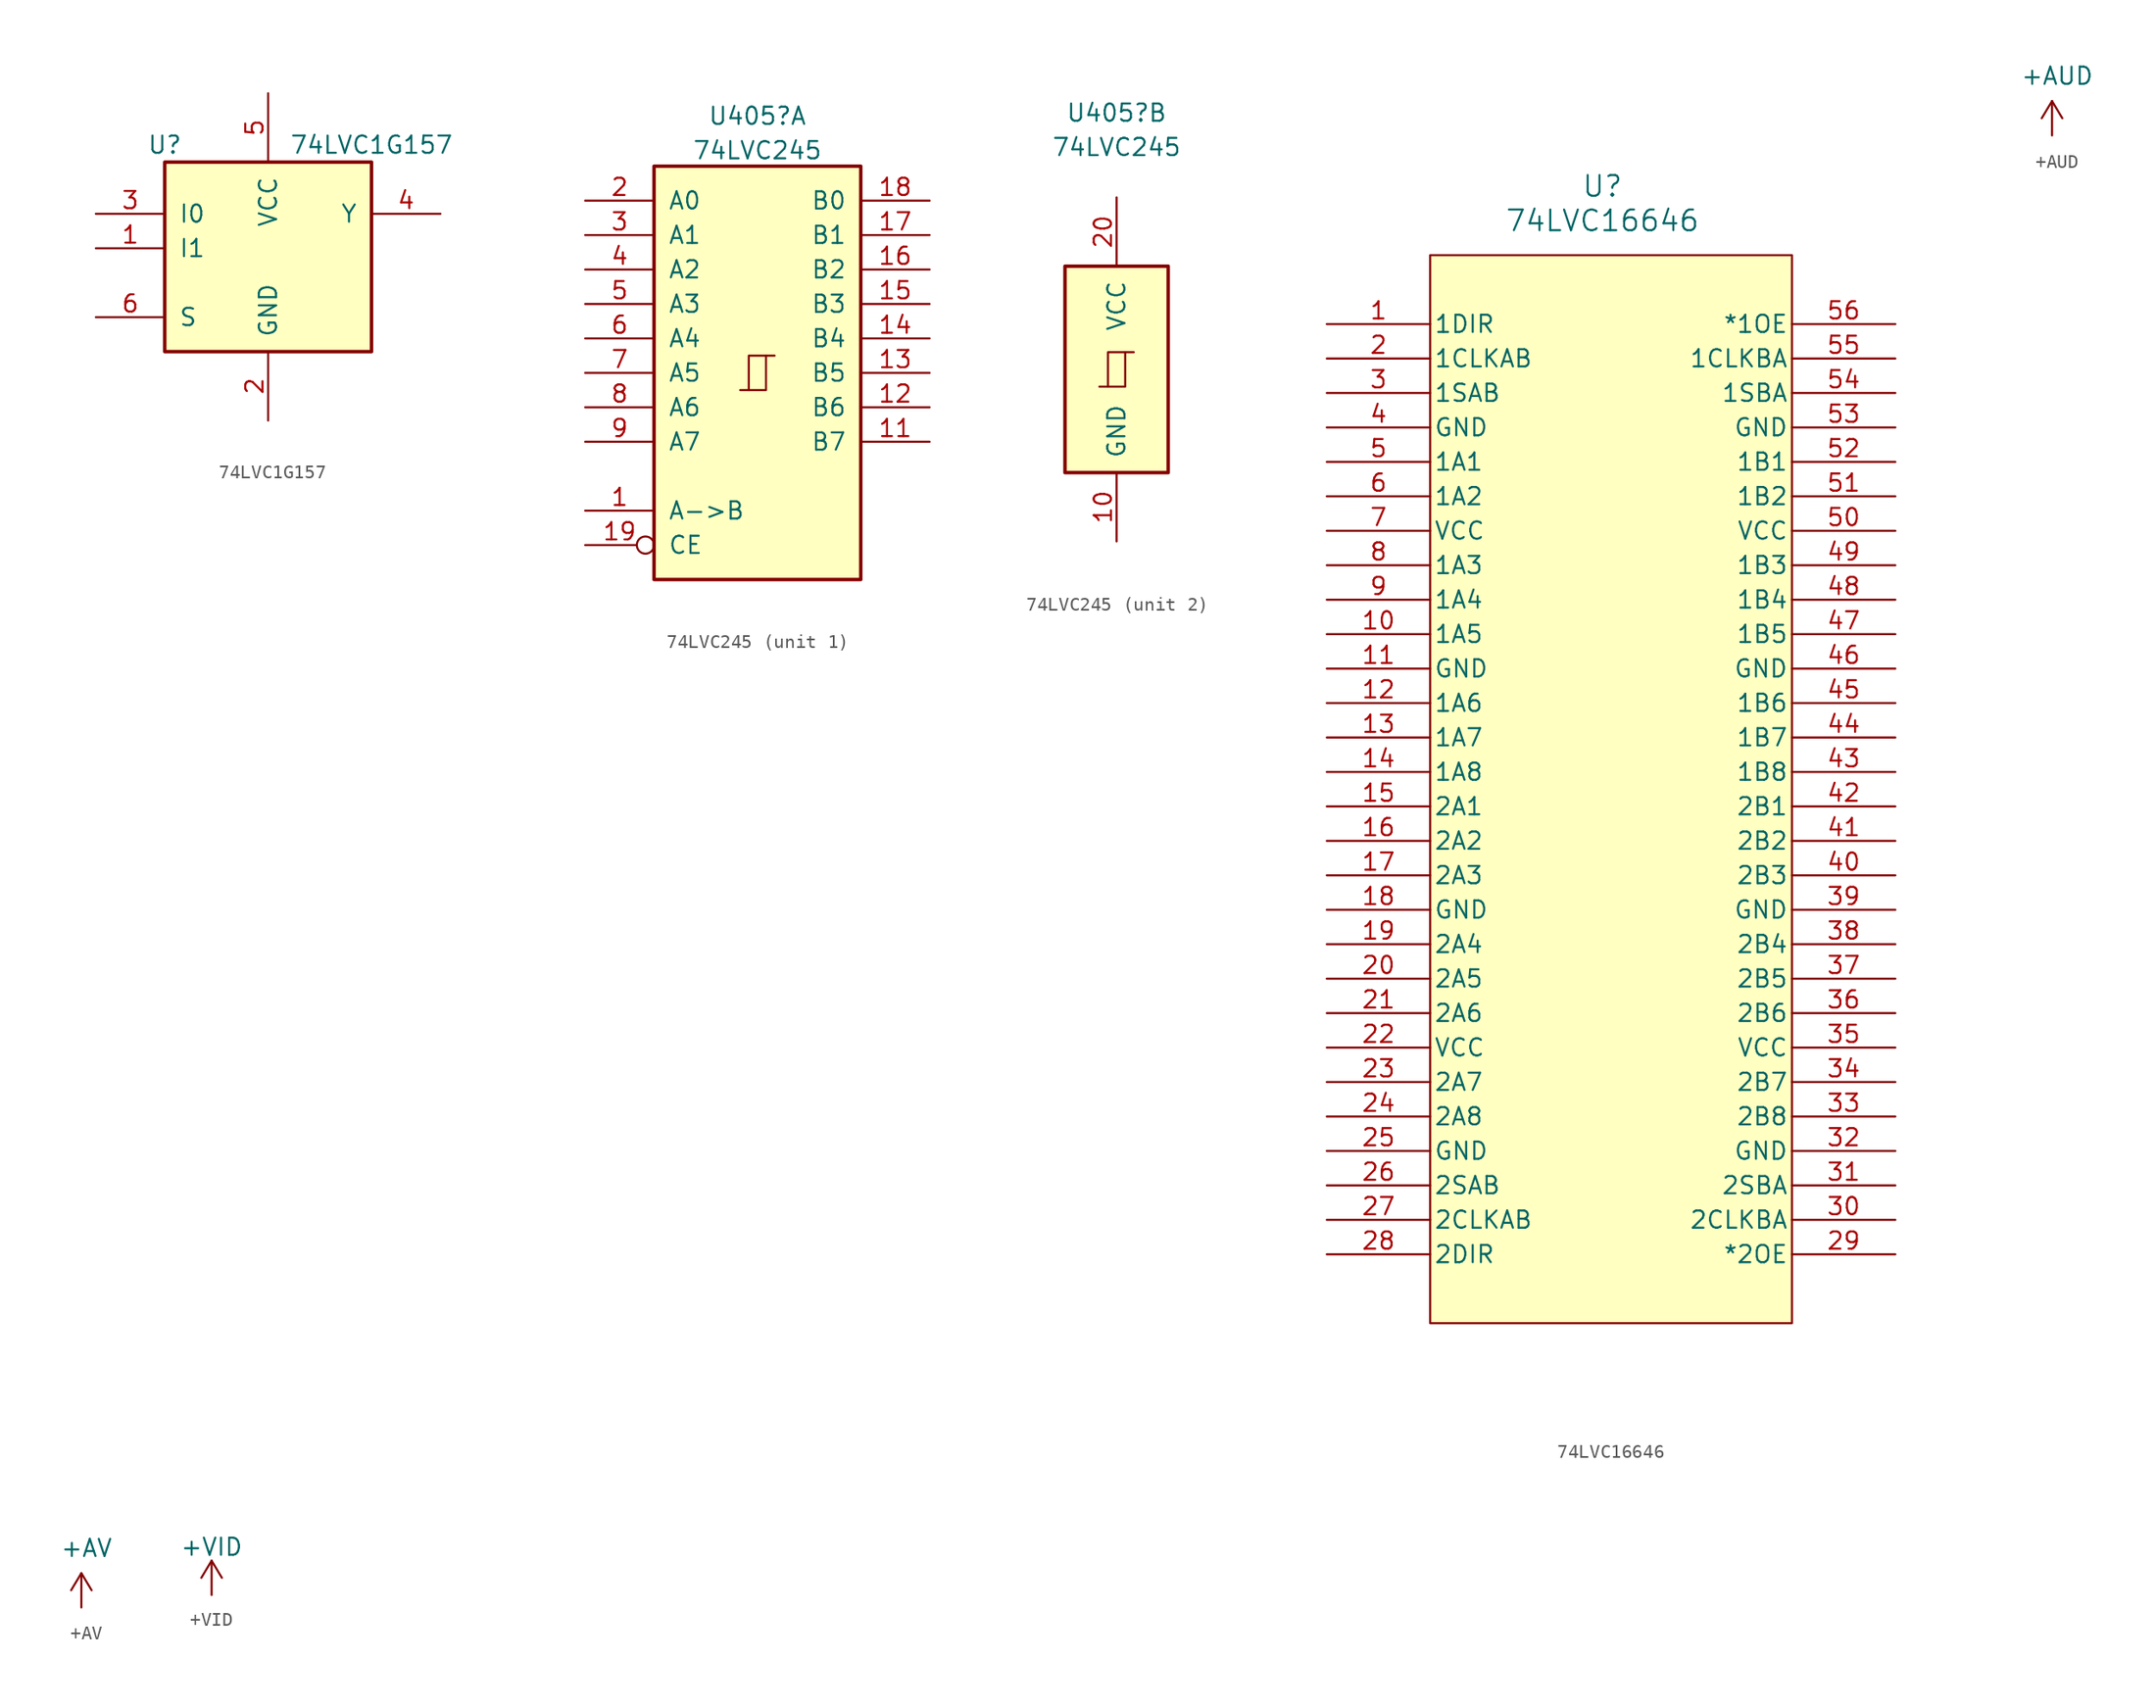
<source format=kicad_sym>
(kicad_symbol_lib
  (version 20231120)
  (generator "kicad_symbol_editor")
  (generator_version "8.0")
  (symbol "74LVC1G157"
    (pin_names
      (offset 1.016))
    (property "Reference" "U"
      (at -7.62 8.89 0)
      (effects (font (size 1.27 1.27))))
    (property "Value" "74LVC1G157"
      (at 7.62 8.89 0)
      (effects (font (size 1.27 1.27))))
    (symbol "74LVC1G157_1_0"
      (pin input line (at -12.7 1.27 0) (length 5.08) (name "I1" (effects (font (size 1.27 1.27)))) (number "1" (effects (font (size 1.27 1.27)))))
      (pin power_in line (at 0 -11.43 90) (length 5.08) (name "GND" (effects (font (size 1.27 1.27)))) (number "2" (effects (font (size 1.27 1.27)))))
      (pin input line (at -12.7 3.81 0) (length 5.08) (name "I0" (effects (font (size 1.27 1.27)))) (number "3" (effects (font (size 1.27 1.27)))))
      (pin output line (at 12.7 3.81 180) (length 5.08) (name "Y" (effects (font (size 1.27 1.27)))) (number "4" (effects (font (size 1.27 1.27)))))
      (pin power_in line (at 0 12.7 270) (length 5.08) (name "VCC" (effects (font (size 1.27 1.27)))) (number "5" (effects (font (size 1.27 1.27)))))
      (pin input line (at -12.7 -3.81 0) (length 5.08) (name "S" (effects (font (size 1.27 1.27)))) (number "6" (effects (font (size 1.27 1.27))))))
    (symbol "74LVC1G157_1_1"
      (rectangle (start -7.62 7.62) (end 7.62 -6.35) (stroke (width 0.254) (type default)) (fill (type background)))))
  (symbol "74LVC245"
    (pin_names
      (offset 1.016))
    (property "Reference" "U405"
      (at 0 18.94 0)
      (effects (font (size 1.27 1.27))))
    (property "Value" "74LVC245"
      (at 0 16.403 0)
      (effects (font (size 1.27 1.27))))
    (property "ki_locked" ""
      (at 0 0 0)
      (effects (font (size 1.27 1.27))))
    (symbol "74LVC245_1_0"
      (polyline (pts (xy -0.635 -1.27) (xy -0.635 1.27) (xy 0.635 1.27)) (stroke (width 0) (type default)) (fill (type none)))
      (polyline (pts (xy -1.27 -1.27) (xy 0.635 -1.27) (xy 0.635 1.27) (xy 1.27 1.27)) (stroke (width 0) (type default)) (fill (type none)))
      (pin input line (at -12.7 -10.16 0) (length 5.08) (name "A->B" (effects (font (size 1.27 1.27)))) (number "1" (effects (font (size 1.27 1.27)))))
      (pin tri_state line (at 12.7 -5.08 180) (length 5.08) (name "B7" (effects (font (size 1.27 1.27)))) (number "11" (effects (font (size 1.27 1.27)))))
      (pin tri_state line (at 12.7 -2.54 180) (length 5.08) (name "B6" (effects (font (size 1.27 1.27)))) (number "12" (effects (font (size 1.27 1.27)))))
      (pin tri_state line (at 12.7 0 180) (length 5.08) (name "B5" (effects (font (size 1.27 1.27)))) (number "13" (effects (font (size 1.27 1.27)))))
      (pin tri_state line (at 12.7 2.54 180) (length 5.08) (name "B4" (effects (font (size 1.27 1.27)))) (number "14" (effects (font (size 1.27 1.27)))))
      (pin tri_state line (at 12.7 5.08 180) (length 5.08) (name "B3" (effects (font (size 1.27 1.27)))) (number "15" (effects (font (size 1.27 1.27)))))
      (pin tri_state line (at 12.7 7.62 180) (length 5.08) (name "B2" (effects (font (size 1.27 1.27)))) (number "16" (effects (font (size 1.27 1.27)))))
      (pin tri_state line (at 12.7 10.16 180) (length 5.08) (name "B1" (effects (font (size 1.27 1.27)))) (number "17" (effects (font (size 1.27 1.27)))))
      (pin tri_state line (at 12.7 12.7 180) (length 5.08) (name "B0" (effects (font (size 1.27 1.27)))) (number "18" (effects (font (size 1.27 1.27)))))
      (pin input inverted (at -12.7 -12.7 0) (length 5.08) (name "CE" (effects (font (size 1.27 1.27)))) (number "19" (effects (font (size 1.27 1.27)))))
      (pin tri_state line (at -12.7 12.7 0) (length 5.08) (name "A0" (effects (font (size 1.27 1.27)))) (number "2" (effects (font (size 1.27 1.27)))))
      (pin tri_state line (at -12.7 10.16 0) (length 5.08) (name "A1" (effects (font (size 1.27 1.27)))) (number "3" (effects (font (size 1.27 1.27)))))
      (pin tri_state line (at -12.7 7.62 0) (length 5.08) (name "A2" (effects (font (size 1.27 1.27)))) (number "4" (effects (font (size 1.27 1.27)))))
      (pin tri_state line (at -12.7 5.08 0) (length 5.08) (name "A3" (effects (font (size 1.27 1.27)))) (number "5" (effects (font (size 1.27 1.27)))))
      (pin tri_state line (at -12.7 2.54 0) (length 5.08) (name "A4" (effects (font (size 1.27 1.27)))) (number "6" (effects (font (size 1.27 1.27)))))
      (pin tri_state line (at -12.7 0 0) (length 5.08) (name "A5" (effects (font (size 1.27 1.27)))) (number "7" (effects (font (size 1.27 1.27)))))
      (pin tri_state line (at -12.7 -2.54 0) (length 5.08) (name "A6" (effects (font (size 1.27 1.27)))) (number "8" (effects (font (size 1.27 1.27)))))
      (pin tri_state line (at -12.7 -5.08 0) (length 5.08) (name "A7" (effects (font (size 1.27 1.27)))) (number "9" (effects (font (size 1.27 1.27))))))
    (symbol "74LVC245_1_1"
      (rectangle (start -7.62 15.24) (end 7.62 -15.24) (stroke (width 0.254) (type default)) (fill (type background))))
    (symbol "74LVC245_2_0"
      (polyline (pts (xy -0.635 -1.27) (xy -0.635 1.27) (xy 0.635 1.27)) (stroke (width 0) (type default)) (fill (type none)))
      (polyline (pts (xy -1.27 -1.27) (xy 0.635 -1.27) (xy 0.635 1.27) (xy 1.27 1.27)) (stroke (width 0) (type default)) (fill (type none)))
      (pin power_in line (at 0 -12.7 90) (length 5.08) (name "GND" (effects (font (size 1.27 1.27)))) (number "10" (effects (font (size 1.27 1.27)))))
      (pin power_in line (at 0 12.7 270) (length 5.08) (name "VCC" (effects (font (size 1.27 1.27)))) (number "20" (effects (font (size 1.27 1.27))))))
    (symbol "74LVC245_2_1"
      (rectangle (start -3.81 7.62) (end 3.81 -7.62) (stroke (width 0.254) (type default)) (fill (type background)))))
  (symbol "74LVC16646"
    (pin_names
      (offset 0.254))
    (property "Reference" "U"
      (at -1.27 41.91 0)
      (effects (font (size 1.524 1.524))))
    (property "Value" "74LVC16646"
      (at -1.27 39.37 0)
      (effects (font (size 1.524 1.524))))
    (symbol "74LVC16646_0_1"
      (pin input line (at -21.59 31.75 0) (length 7.62) (name "1DIR" (effects (font (size 1.27 1.27)))) (number "1" (effects (font (size 1.27 1.27)))))
      (pin bidirectional line (at -21.59 8.89 0) (length 7.62) (name "1A5" (effects (font (size 1.27 1.27)))) (number "10" (effects (font (size 1.27 1.27)))))
      (pin power_in line (at -21.59 6.35 0) (length 7.62) (name "GND" (effects (font (size 1.27 1.27)))) (number "11" (effects (font (size 1.27 1.27)))))
      (pin bidirectional line (at -21.59 3.81 0) (length 7.62) (name "1A6" (effects (font (size 1.27 1.27)))) (number "12" (effects (font (size 1.27 1.27)))))
      (pin bidirectional line (at -21.59 1.27 0) (length 7.62) (name "1A7" (effects (font (size 1.27 1.27)))) (number "13" (effects (font (size 1.27 1.27)))))
      (pin bidirectional line (at -21.59 -1.27 0) (length 7.62) (name "1A8" (effects (font (size 1.27 1.27)))) (number "14" (effects (font (size 1.27 1.27)))))
      (pin bidirectional line (at -21.59 -3.81 0) (length 7.62) (name "2A1" (effects (font (size 1.27 1.27)))) (number "15" (effects (font (size 1.27 1.27)))))
      (pin bidirectional line (at -21.59 -6.35 0) (length 7.62) (name "2A2" (effects (font (size 1.27 1.27)))) (number "16" (effects (font (size 1.27 1.27)))))
      (pin bidirectional line (at -21.59 -8.89 0) (length 7.62) (name "2A3" (effects (font (size 1.27 1.27)))) (number "17" (effects (font (size 1.27 1.27)))))
      (pin power_in line (at -21.59 -11.43 0) (length 7.62) (name "GND" (effects (font (size 1.27 1.27)))) (number "18" (effects (font (size 1.27 1.27)))))
      (pin bidirectional line (at -21.59 -13.97 0) (length 7.62) (name "2A4" (effects (font (size 1.27 1.27)))) (number "19" (effects (font (size 1.27 1.27)))))
      (pin input line (at -21.59 29.21 0) (length 7.62) (name "1CLKAB" (effects (font (size 1.27 1.27)))) (number "2" (effects (font (size 1.27 1.27)))))
      (pin bidirectional line (at -21.59 -16.51 0) (length 7.62) (name "2A5" (effects (font (size 1.27 1.27)))) (number "20" (effects (font (size 1.27 1.27)))))
      (pin bidirectional line (at -21.59 -19.05 0) (length 7.62) (name "2A6" (effects (font (size 1.27 1.27)))) (number "21" (effects (font (size 1.27 1.27)))))
      (pin power_in line (at -21.59 -21.59 0) (length 7.62) (name "VCC" (effects (font (size 1.27 1.27)))) (number "22" (effects (font (size 1.27 1.27)))))
      (pin bidirectional line (at -21.59 -24.13 0) (length 7.62) (name "2A7" (effects (font (size 1.27 1.27)))) (number "23" (effects (font (size 1.27 1.27)))))
      (pin bidirectional line (at -21.59 -26.67 0) (length 7.62) (name "2A8" (effects (font (size 1.27 1.27)))) (number "24" (effects (font (size 1.27 1.27)))))
      (pin power_in line (at -21.59 -29.21 0) (length 7.62) (name "GND" (effects (font (size 1.27 1.27)))) (number "25" (effects (font (size 1.27 1.27)))))
      (pin input line (at -21.59 -31.75 0) (length 7.62) (name "2SAB" (effects (font (size 1.27 1.27)))) (number "26" (effects (font (size 1.27 1.27)))))
      (pin input line (at -21.59 -34.29 0) (length 7.62) (name "2CLKAB" (effects (font (size 1.27 1.27)))) (number "27" (effects (font (size 1.27 1.27)))))
      (pin input line (at -21.59 -36.83 0) (length 7.62) (name "2DIR" (effects (font (size 1.27 1.27)))) (number "28" (effects (font (size 1.27 1.27)))))
      (pin input line (at 20.32 -36.83 180) (length 7.62) (name "*2OE" (effects (font (size 1.27 1.27)))) (number "29" (effects (font (size 1.27 1.27)))))
      (pin input line (at -21.59 26.67 0) (length 7.62) (name "1SAB" (effects (font (size 1.27 1.27)))) (number "3" (effects (font (size 1.27 1.27)))))
      (pin input line (at 20.32 -34.29 180) (length 7.62) (name "2CLKBA" (effects (font (size 1.27 1.27)))) (number "30" (effects (font (size 1.27 1.27)))))
      (pin input line (at 20.32 -31.75 180) (length 7.62) (name "2SBA" (effects (font (size 1.27 1.27)))) (number "31" (effects (font (size 1.27 1.27)))))
      (pin power_in line (at 20.32 -29.21 180) (length 7.62) (name "GND" (effects (font (size 1.27 1.27)))) (number "32" (effects (font (size 1.27 1.27)))))
      (pin bidirectional line (at 20.32 -26.67 180) (length 7.62) (name "2B8" (effects (font (size 1.27 1.27)))) (number "33" (effects (font (size 1.27 1.27)))))
      (pin bidirectional line (at 20.32 -24.13 180) (length 7.62) (name "2B7" (effects (font (size 1.27 1.27)))) (number "34" (effects (font (size 1.27 1.27)))))
      (pin power_in line (at 20.32 -21.59 180) (length 7.62) (name "VCC" (effects (font (size 1.27 1.27)))) (number "35" (effects (font (size 1.27 1.27)))))
      (pin bidirectional line (at 20.32 -19.05 180) (length 7.62) (name "2B6" (effects (font (size 1.27 1.27)))) (number "36" (effects (font (size 1.27 1.27)))))
      (pin bidirectional line (at 20.32 -16.51 180) (length 7.62) (name "2B5" (effects (font (size 1.27 1.27)))) (number "37" (effects (font (size 1.27 1.27)))))
      (pin bidirectional line (at 20.32 -13.97 180) (length 7.62) (name "2B4" (effects (font (size 1.27 1.27)))) (number "38" (effects (font (size 1.27 1.27)))))
      (pin power_in line (at 20.32 -11.43 180) (length 7.62) (name "GND" (effects (font (size 1.27 1.27)))) (number "39" (effects (font (size 1.27 1.27)))))
      (pin power_in line (at -21.59 24.13 0) (length 7.62) (name "GND" (effects (font (size 1.27 1.27)))) (number "4" (effects (font (size 1.27 1.27)))))
      (pin bidirectional line (at 20.32 -8.89 180) (length 7.62) (name "2B3" (effects (font (size 1.27 1.27)))) (number "40" (effects (font (size 1.27 1.27)))))
      (pin bidirectional line (at 20.32 -6.35 180) (length 7.62) (name "2B2" (effects (font (size 1.27 1.27)))) (number "41" (effects (font (size 1.27 1.27)))))
      (pin bidirectional line (at 20.32 -3.81 180) (length 7.62) (name "2B1" (effects (font (size 1.27 1.27)))) (number "42" (effects (font (size 1.27 1.27)))))
      (pin bidirectional line (at 20.32 -1.27 180) (length 7.62) (name "1B8" (effects (font (size 1.27 1.27)))) (number "43" (effects (font (size 1.27 1.27)))))
      (pin bidirectional line (at 20.32 1.27 180) (length 7.62) (name "1B7" (effects (font (size 1.27 1.27)))) (number "44" (effects (font (size 1.27 1.27)))))
      (pin bidirectional line (at 20.32 3.81 180) (length 7.62) (name "1B6" (effects (font (size 1.27 1.27)))) (number "45" (effects (font (size 1.27 1.27)))))
      (pin power_in line (at 20.32 6.35 180) (length 7.62) (name "GND" (effects (font (size 1.27 1.27)))) (number "46" (effects (font (size 1.27 1.27)))))
      (pin bidirectional line (at 20.32 8.89 180) (length 7.62) (name "1B5" (effects (font (size 1.27 1.27)))) (number "47" (effects (font (size 1.27 1.27)))))
      (pin bidirectional line (at 20.32 11.43 180) (length 7.62) (name "1B4" (effects (font (size 1.27 1.27)))) (number "48" (effects (font (size 1.27 1.27)))))
      (pin bidirectional line (at 20.32 13.97 180) (length 7.62) (name "1B3" (effects (font (size 1.27 1.27)))) (number "49" (effects (font (size 1.27 1.27)))))
      (pin bidirectional line (at -21.59 21.59 0) (length 7.62) (name "1A1" (effects (font (size 1.27 1.27)))) (number "5" (effects (font (size 1.27 1.27)))))
      (pin power_in line (at 20.32 16.51 180) (length 7.62) (name "VCC" (effects (font (size 1.27 1.27)))) (number "50" (effects (font (size 1.27 1.27)))))
      (pin bidirectional line (at 20.32 19.05 180) (length 7.62) (name "1B2" (effects (font (size 1.27 1.27)))) (number "51" (effects (font (size 1.27 1.27)))))
      (pin bidirectional line (at 20.32 21.59 180) (length 7.62) (name "1B1" (effects (font (size 1.27 1.27)))) (number "52" (effects (font (size 1.27 1.27)))))
      (pin power_in line (at 20.32 24.13 180) (length 7.62) (name "GND" (effects (font (size 1.27 1.27)))) (number "53" (effects (font (size 1.27 1.27)))))
      (pin input line (at 20.32 26.67 180) (length 7.62) (name "1SBA" (effects (font (size 1.27 1.27)))) (number "54" (effects (font (size 1.27 1.27)))))
      (pin input line (at 20.32 29.21 180) (length 7.62) (name "1CLKBA" (effects (font (size 1.27 1.27)))) (number "55" (effects (font (size 1.27 1.27)))))
      (pin input line (at 20.32 31.75 180) (length 7.62) (name "*1OE" (effects (font (size 1.27 1.27)))) (number "56" (effects (font (size 1.27 1.27)))))
      (pin bidirectional line (at -21.59 19.05 0) (length 7.62) (name "1A2" (effects (font (size 1.27 1.27)))) (number "6" (effects (font (size 1.27 1.27)))))
      (pin power_in line (at -21.59 16.51 0) (length 7.62) (name "VCC" (effects (font (size 1.27 1.27)))) (number "7" (effects (font (size 1.27 1.27)))))
      (pin bidirectional line (at -21.59 13.97 0) (length 7.62) (name "1A3" (effects (font (size 1.27 1.27)))) (number "8" (effects (font (size 1.27 1.27)))))
      (pin bidirectional line (at -21.59 11.43 0) (length 7.62) (name "1A4" (effects (font (size 1.27 1.27)))) (number "9" (effects (font (size 1.27 1.27))))))
    (symbol "74LVC16646_1_1"
      (rectangle (start -13.97 36.83) (end 12.7 -41.91) (stroke (width 0) (type default)) (fill (type background)))))
  (symbol "+AUD"
    (power)
    (pin_names
      (offset 0))
    (property "Reference" "#PWR094"
      (at 0 -3.81 0)
      (effects (font (size 1.27 1.27)) (hide yes)))
    (property "Value" "+AUD"
      (at 0.381 4.394 0)
      (effects (font (size 1.27 1.27))))
    (symbol "+AUD_0_1"
      (polyline (pts (xy -0.762 1.27) (xy 0 2.54)) (stroke (width 0) (type solid)) (fill (type none)))
      (polyline (pts (xy 0 0) (xy 0 2.54)) (stroke (width 0) (type solid)) (fill (type none)))
      (polyline (pts (xy 0 2.54) (xy 0.762 1.27)) (stroke (width 0) (type solid)) (fill (type none))))
    (symbol "+AUD_1_1"
      (pin power_in line (at 0 0 90) (length 0) hide (name "+AUD" (effects (font (size 1.27 1.27)))) (number "1" (effects (font (size 1.27 1.27)))))))
  (symbol "+AV"
    (power)
    (pin_names
      (offset 0))
    (property "Reference" "#+AV02"
      (at 0 -3.81 0)
      (effects (font (size 1.27 1.27)) (hide yes)))
    (property "Value" "+AV"
      (at 0.381 4.394 0)
      (effects (font (size 1.27 1.27))))
    (symbol "+AV_0_1"
      (polyline (pts (xy -0.762 1.27) (xy 0 2.54)) (stroke (width 0) (type solid)) (fill (type none)))
      (polyline (pts (xy 0 0) (xy 0 2.54)) (stroke (width 0) (type solid)) (fill (type none)))
      (polyline (pts (xy 0 2.54) (xy 0.762 1.27)) (stroke (width 0) (type solid)) (fill (type none))))
    (symbol "+AV_1_1"
      (pin power_in line (at 0 0 90) (length 0) hide (name "+AV" (effects (font (size 1.27 1.27)))) (number "1" (effects (font (size 1.27 1.27)))))))
  (symbol "+VID"
    (power)
    (pin_names
      (offset 0))
    (property "Reference" "#PWR062"
      (at 0 -3.81 0)
      (effects (font (size 1.27 1.27)) (hide yes)))
    (property "Value" "+VID"
      (at 0 3.556 0)
      (effects (font (size 1.27 1.27))))
    (symbol "+VID_0_1"
      (polyline (pts (xy -0.762 1.27) (xy 0 2.54)) (stroke (width 0) (type solid)) (fill (type none)))
      (polyline (pts (xy 0 0) (xy 0 2.54)) (stroke (width 0) (type solid)) (fill (type none)))
      (polyline (pts (xy 0 2.54) (xy 0.762 1.27)) (stroke (width 0) (type solid)) (fill (type none))))
    (symbol "+VID_1_1"
      (pin power_in line (at 0 0 90) (length 0) hide (name "+VID" (effects (font (size 1.27 1.27)))) (number "1" (effects (font (size 1.27 1.27))))))))
</source>
